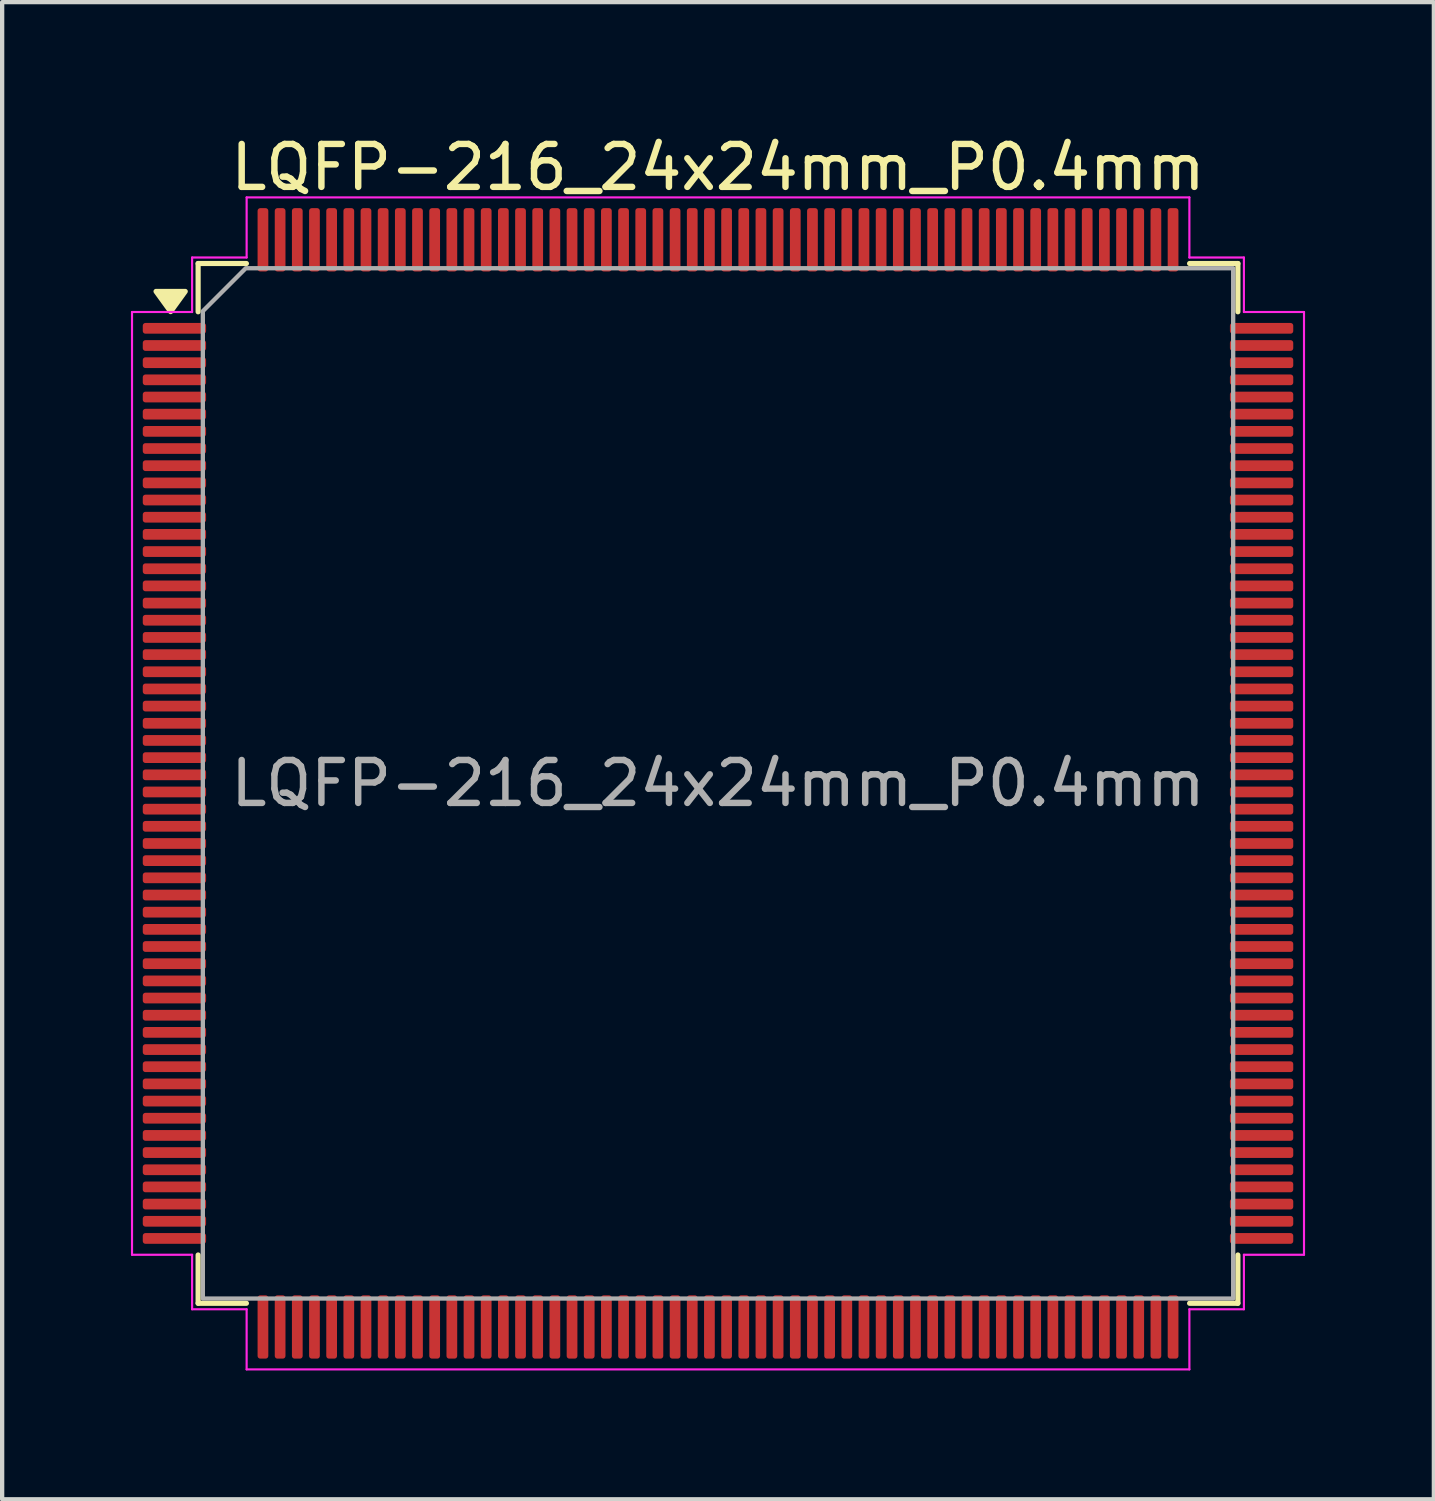
<source format=kicad_pcb>
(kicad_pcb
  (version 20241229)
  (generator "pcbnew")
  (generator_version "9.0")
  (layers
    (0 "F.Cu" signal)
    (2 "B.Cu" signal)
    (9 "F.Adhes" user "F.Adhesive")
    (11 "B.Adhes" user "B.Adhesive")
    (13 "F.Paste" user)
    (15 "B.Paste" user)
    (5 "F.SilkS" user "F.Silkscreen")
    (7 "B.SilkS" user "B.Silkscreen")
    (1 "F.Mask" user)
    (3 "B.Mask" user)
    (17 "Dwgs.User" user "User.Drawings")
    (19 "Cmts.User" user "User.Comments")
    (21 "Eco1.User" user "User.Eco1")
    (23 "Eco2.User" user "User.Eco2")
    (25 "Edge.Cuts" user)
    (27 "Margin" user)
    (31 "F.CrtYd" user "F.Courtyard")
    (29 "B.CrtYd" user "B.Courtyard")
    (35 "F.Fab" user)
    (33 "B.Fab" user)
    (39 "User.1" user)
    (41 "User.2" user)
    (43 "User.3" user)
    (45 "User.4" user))
  (footprint "LQFP-216_24x24mm_P0.4mm"
    (layer "F.Cu")
    (at 13.675 15.198)
    (property "Reference" "LQFP-216_24x24mm_P0.4mm" (at 0 -14.35 0) (layer "F.SilkS") (effects (font (size 1 1) (thickness 0.15))))
    (attr smd)
    (fp_line (start -12.11 -12.11) (end -10.985 -12.11) (stroke (width 0.12) (type solid)) (layer "F.SilkS"))
    (fp_line (start -12.11 -10.985) (end -12.11 -12.11) (stroke (width 0.12) (type solid)) (layer "F.SilkS"))
    (fp_line (start -12.11 12.11) (end -12.11 10.985) (stroke (width 0.12) (type solid)) (layer "F.SilkS"))
    (fp_line (start -10.985 12.11) (end -12.11 12.11) (stroke (width 0.12) (type solid)) (layer "F.SilkS"))
    (fp_line (start 10.985 -12.11) (end 12.11 -12.11) (stroke (width 0.12) (type solid)) (layer "F.SilkS"))
    (fp_line (start 12.11 -12.11) (end 12.11 -10.985) (stroke (width 0.12) (type solid)) (layer "F.SilkS"))
    (fp_line (start 12.11 10.985) (end 12.11 12.11) (stroke (width 0.12) (type solid)) (layer "F.SilkS"))
    (fp_line (start 12.11 12.11) (end 10.985 12.11) (stroke (width 0.12) (type solid)) (layer "F.SilkS"))
    (fp_poly (pts (xy -12.75 -10.99) (xy -13.09 -11.46) (xy -12.41 -11.46)) (stroke (width 0.12) (type solid)) (fill yes) (layer "F.SilkS"))
    (fp_line (start -13.65 -10.98) (end -12.25 -10.98) (stroke (width 0.05) (type solid)) (layer "F.CrtYd"))
    (fp_line (start -13.65 10.98) (end -13.65 -10.98) (stroke (width 0.05) (type solid)) (layer "F.CrtYd"))
    (fp_line (start -12.25 -12.25) (end -10.98 -12.25) (stroke (width 0.05) (type solid)) (layer "F.CrtYd"))
    (fp_line (start -12.25 -10.98) (end -12.25 -12.25) (stroke (width 0.05) (type solid)) (layer "F.CrtYd"))
    (fp_line (start -12.25 10.98) (end -13.65 10.98) (stroke (width 0.05) (type solid)) (layer "F.CrtYd"))
    (fp_line (start -12.25 12.25) (end -12.25 10.98) (stroke (width 0.05) (type solid)) (layer "F.CrtYd"))
    (fp_line (start -10.98 -13.65) (end 10.98 -13.65) (stroke (width 0.05) (type solid)) (layer "F.CrtYd"))
    (fp_line (start -10.98 -12.25) (end -10.98 -13.65) (stroke (width 0.05) (type solid)) (layer "F.CrtYd"))
    (fp_line (start -10.98 12.25) (end -12.25 12.25) (stroke (width 0.05) (type solid)) (layer "F.CrtYd"))
    (fp_line (start -10.98 13.65) (end -10.98 12.25) (stroke (width 0.05) (type solid)) (layer "F.CrtYd"))
    (fp_line (start 10.98 -13.65) (end 10.98 -12.25) (stroke (width 0.05) (type solid)) (layer "F.CrtYd"))
    (fp_line (start 10.98 -12.25) (end 12.25 -12.25) (stroke (width 0.05) (type solid)) (layer "F.CrtYd"))
    (fp_line (start 10.98 12.25) (end 10.98 13.65) (stroke (width 0.05) (type solid)) (layer "F.CrtYd"))
    (fp_line (start 10.98 13.65) (end -10.98 13.65) (stroke (width 0.05) (type solid)) (layer "F.CrtYd"))
    (fp_line (start 12.25 -12.25) (end 12.25 -10.98) (stroke (width 0.05) (type solid)) (layer "F.CrtYd"))
    (fp_line (start 12.25 -10.98) (end 13.65 -10.98) (stroke (width 0.05) (type solid)) (layer "F.CrtYd"))
    (fp_line (start 12.25 10.98) (end 12.25 12.25) (stroke (width 0.05) (type solid)) (layer "F.CrtYd"))
    (fp_line (start 12.25 12.25) (end 10.98 12.25) (stroke (width 0.05) (type solid)) (layer "F.CrtYd"))
    (fp_line (start 13.65 -10.98) (end 13.65 10.98) (stroke (width 0.05) (type solid)) (layer "F.CrtYd"))
    (fp_line (start 13.65 10.98) (end 12.25 10.98) (stroke (width 0.05) (type solid)) (layer "F.CrtYd"))
    (fp_poly (pts (xy -12 -11) (xy -12 12) (xy 12 12) (xy 12 -12) (xy -11 -12)) (stroke (width 0.1) (type solid)) (fill no) (layer "F.Fab"))
    (fp_text user "${REFERENCE}" (at 0 0 0) (layer "F.Fab") (effects (font (size 1 1) (thickness 0.15))))
    (pad "1" smd roundrect (at -12.662 -10.6) (size 1.475 0.25) (layers "F.Cu" "F.Mask" "F.Paste") (roundrect_rratio 0.25))
    (pad "2" smd roundrect (at -12.662 -10.2) (size 1.475 0.25) (layers "F.Cu" "F.Mask" "F.Paste") (roundrect_rratio 0.25))
    (pad "3" smd roundrect (at -12.662 -9.8) (size 1.475 0.25) (layers "F.Cu" "F.Mask" "F.Paste") (roundrect_rratio 0.25))
    (pad "4" smd roundrect (at -12.662 -9.4) (size 1.475 0.25) (layers "F.Cu" "F.Mask" "F.Paste") (roundrect_rratio 0.25))
    (pad "5" smd roundrect (at -12.662 -9) (size 1.475 0.25) (layers "F.Cu" "F.Mask" "F.Paste") (roundrect_rratio 0.25))
    (pad "6" smd roundrect (at -12.662 -8.6) (size 1.475 0.25) (layers "F.Cu" "F.Mask" "F.Paste") (roundrect_rratio 0.25))
    (pad "7" smd roundrect (at -12.662 -8.2) (size 1.475 0.25) (layers "F.Cu" "F.Mask" "F.Paste") (roundrect_rratio 0.25))
    (pad "8" smd roundrect (at -12.662 -7.8) (size 1.475 0.25) (layers "F.Cu" "F.Mask" "F.Paste") (roundrect_rratio 0.25))
    (pad "9" smd roundrect (at -12.662 -7.4) (size 1.475 0.25) (layers "F.Cu" "F.Mask" "F.Paste") (roundrect_rratio 0.25))
    (pad "10" smd roundrect (at -12.662 -7) (size 1.475 0.25) (layers "F.Cu" "F.Mask" "F.Paste") (roundrect_rratio 0.25))
    (pad "11" smd roundrect (at -12.662 -6.6) (size 1.475 0.25) (layers "F.Cu" "F.Mask" "F.Paste") (roundrect_rratio 0.25))
    (pad "12" smd roundrect (at -12.662 -6.2) (size 1.475 0.25) (layers "F.Cu" "F.Mask" "F.Paste") (roundrect_rratio 0.25))
    (pad "13" smd roundrect (at -12.662 -5.8) (size 1.475 0.25) (layers "F.Cu" "F.Mask" "F.Paste") (roundrect_rratio 0.25))
    (pad "14" smd roundrect (at -12.662 -5.4) (size 1.475 0.25) (layers "F.Cu" "F.Mask" "F.Paste") (roundrect_rratio 0.25))
    (pad "15" smd roundrect (at -12.662 -5) (size 1.475 0.25) (layers "F.Cu" "F.Mask" "F.Paste") (roundrect_rratio 0.25))
    (pad "16" smd roundrect (at -12.662 -4.6) (size 1.475 0.25) (layers "F.Cu" "F.Mask" "F.Paste") (roundrect_rratio 0.25))
    (pad "17" smd roundrect (at -12.662 -4.2) (size 1.475 0.25) (layers "F.Cu" "F.Mask" "F.Paste") (roundrect_rratio 0.25))
    (pad "18" smd roundrect (at -12.662 -3.8) (size 1.475 0.25) (layers "F.Cu" "F.Mask" "F.Paste") (roundrect_rratio 0.25))
    (pad "19" smd roundrect (at -12.662 -3.4) (size 1.475 0.25) (layers "F.Cu" "F.Mask" "F.Paste") (roundrect_rratio 0.25))
    (pad "20" smd roundrect (at -12.662 -3) (size 1.475 0.25) (layers "F.Cu" "F.Mask" "F.Paste") (roundrect_rratio 0.25))
    (pad "21" smd roundrect (at -12.662 -2.6) (size 1.475 0.25) (layers "F.Cu" "F.Mask" "F.Paste") (roundrect_rratio 0.25))
    (pad "22" smd roundrect (at -12.662 -2.2) (size 1.475 0.25) (layers "F.Cu" "F.Mask" "F.Paste") (roundrect_rratio 0.25))
    (pad "23" smd roundrect (at -12.662 -1.8) (size 1.475 0.25) (layers "F.Cu" "F.Mask" "F.Paste") (roundrect_rratio 0.25))
    (pad "24" smd roundrect (at -12.662 -1.4) (size 1.475 0.25) (layers "F.Cu" "F.Mask" "F.Paste") (roundrect_rratio 0.25))
    (pad "25" smd roundrect (at -12.662 -1) (size 1.475 0.25) (layers "F.Cu" "F.Mask" "F.Paste") (roundrect_rratio 0.25))
    (pad "26" smd roundrect (at -12.662 -0.6) (size 1.475 0.25) (layers "F.Cu" "F.Mask" "F.Paste") (roundrect_rratio 0.25))
    (pad "27" smd roundrect (at -12.662 -0.2) (size 1.475 0.25) (layers "F.Cu" "F.Mask" "F.Paste") (roundrect_rratio 0.25))
    (pad "28" smd roundrect (at -12.662 0.2) (size 1.475 0.25) (layers "F.Cu" "F.Mask" "F.Paste") (roundrect_rratio 0.25))
    (pad "29" smd roundrect (at -12.662 0.6) (size 1.475 0.25) (layers "F.Cu" "F.Mask" "F.Paste") (roundrect_rratio 0.25))
    (pad "30" smd roundrect (at -12.662 1) (size 1.475 0.25) (layers "F.Cu" "F.Mask" "F.Paste") (roundrect_rratio 0.25))
    (pad "31" smd roundrect (at -12.662 1.4) (size 1.475 0.25) (layers "F.Cu" "F.Mask" "F.Paste") (roundrect_rratio 0.25))
    (pad "32" smd roundrect (at -12.662 1.8) (size 1.475 0.25) (layers "F.Cu" "F.Mask" "F.Paste") (roundrect_rratio 0.25))
    (pad "33" smd roundrect (at -12.662 2.2) (size 1.475 0.25) (layers "F.Cu" "F.Mask" "F.Paste") (roundrect_rratio 0.25))
    (pad "34" smd roundrect (at -12.662 2.6) (size 1.475 0.25) (layers "F.Cu" "F.Mask" "F.Paste") (roundrect_rratio 0.25))
    (pad "35" smd roundrect (at -12.662 3) (size 1.475 0.25) (layers "F.Cu" "F.Mask" "F.Paste") (roundrect_rratio 0.25))
    (pad "36" smd roundrect (at -12.662 3.4) (size 1.475 0.25) (layers "F.Cu" "F.Mask" "F.Paste") (roundrect_rratio 0.25))
    (pad "37" smd roundrect (at -12.662 3.8) (size 1.475 0.25) (layers "F.Cu" "F.Mask" "F.Paste") (roundrect_rratio 0.25))
    (pad "38" smd roundrect (at -12.662 4.2) (size 1.475 0.25) (layers "F.Cu" "F.Mask" "F.Paste") (roundrect_rratio 0.25))
    (pad "39" smd roundrect (at -12.662 4.6) (size 1.475 0.25) (layers "F.Cu" "F.Mask" "F.Paste") (roundrect_rratio 0.25))
    (pad "40" smd roundrect (at -12.662 5) (size 1.475 0.25) (layers "F.Cu" "F.Mask" "F.Paste") (roundrect_rratio 0.25))
    (pad "41" smd roundrect (at -12.662 5.4) (size 1.475 0.25) (layers "F.Cu" "F.Mask" "F.Paste") (roundrect_rratio 0.25))
    (pad "42" smd roundrect (at -12.662 5.8) (size 1.475 0.25) (layers "F.Cu" "F.Mask" "F.Paste") (roundrect_rratio 0.25))
    (pad "43" smd roundrect (at -12.662 6.2) (size 1.475 0.25) (layers "F.Cu" "F.Mask" "F.Paste") (roundrect_rratio 0.25))
    (pad "44" smd roundrect (at -12.662 6.6) (size 1.475 0.25) (layers "F.Cu" "F.Mask" "F.Paste") (roundrect_rratio 0.25))
    (pad "45" smd roundrect (at -12.662 7) (size 1.475 0.25) (layers "F.Cu" "F.Mask" "F.Paste") (roundrect_rratio 0.25))
    (pad "46" smd roundrect (at -12.662 7.4) (size 1.475 0.25) (layers "F.Cu" "F.Mask" "F.Paste") (roundrect_rratio 0.25))
    (pad "47" smd roundrect (at -12.662 7.8) (size 1.475 0.25) (layers "F.Cu" "F.Mask" "F.Paste") (roundrect_rratio 0.25))
    (pad "48" smd roundrect (at -12.662 8.2) (size 1.475 0.25) (layers "F.Cu" "F.Mask" "F.Paste") (roundrect_rratio 0.25))
    (pad "49" smd roundrect (at -12.662 8.6) (size 1.475 0.25) (layers "F.Cu" "F.Mask" "F.Paste") (roundrect_rratio 0.25))
    (pad "50" smd roundrect (at -12.662 9) (size 1.475 0.25) (layers "F.Cu" "F.Mask" "F.Paste") (roundrect_rratio 0.25))
    (pad "51" smd roundrect (at -12.662 9.4) (size 1.475 0.25) (layers "F.Cu" "F.Mask" "F.Paste") (roundrect_rratio 0.25))
    (pad "52" smd roundrect (at -12.662 9.8) (size 1.475 0.25) (layers "F.Cu" "F.Mask" "F.Paste") (roundrect_rratio 0.25))
    (pad "53" smd roundrect (at -12.662 10.2) (size 1.475 0.25) (layers "F.Cu" "F.Mask" "F.Paste") (roundrect_rratio 0.25))
    (pad "54" smd roundrect (at -12.662 10.6) (size 1.475 0.25) (layers "F.Cu" "F.Mask" "F.Paste") (roundrect_rratio 0.25))
    (pad "55" smd roundrect (at -10.6 12.662) (size 0.25 1.475) (layers "F.Cu" "F.Mask" "F.Paste") (roundrect_rratio 0.25))
    (pad "56" smd roundrect (at -10.2 12.662) (size 0.25 1.475) (layers "F.Cu" "F.Mask" "F.Paste") (roundrect_rratio 0.25))
    (pad "57" smd roundrect (at -9.8 12.662) (size 0.25 1.475) (layers "F.Cu" "F.Mask" "F.Paste") (roundrect_rratio 0.25))
    (pad "58" smd roundrect (at -9.4 12.662) (size 0.25 1.475) (layers "F.Cu" "F.Mask" "F.Paste") (roundrect_rratio 0.25))
    (pad "59" smd roundrect (at -9 12.662) (size 0.25 1.475) (layers "F.Cu" "F.Mask" "F.Paste") (roundrect_rratio 0.25))
    (pad "60" smd roundrect (at -8.6 12.662) (size 0.25 1.475) (layers "F.Cu" "F.Mask" "F.Paste") (roundrect_rratio 0.25))
    (pad "61" smd roundrect (at -8.2 12.662) (size 0.25 1.475) (layers "F.Cu" "F.Mask" "F.Paste") (roundrect_rratio 0.25))
    (pad "62" smd roundrect (at -7.8 12.662) (size 0.25 1.475) (layers "F.Cu" "F.Mask" "F.Paste") (roundrect_rratio 0.25))
    (pad "63" smd roundrect (at -7.4 12.662) (size 0.25 1.475) (layers "F.Cu" "F.Mask" "F.Paste") (roundrect_rratio 0.25))
    (pad "64" smd roundrect (at -7 12.662) (size 0.25 1.475) (layers "F.Cu" "F.Mask" "F.Paste") (roundrect_rratio 0.25))
    (pad "65" smd roundrect (at -6.6 12.662) (size 0.25 1.475) (layers "F.Cu" "F.Mask" "F.Paste") (roundrect_rratio 0.25))
    (pad "66" smd roundrect (at -6.2 12.662) (size 0.25 1.475) (layers "F.Cu" "F.Mask" "F.Paste") (roundrect_rratio 0.25))
    (pad "67" smd roundrect (at -5.8 12.662) (size 0.25 1.475) (layers "F.Cu" "F.Mask" "F.Paste") (roundrect_rratio 0.25))
    (pad "68" smd roundrect (at -5.4 12.662) (size 0.25 1.475) (layers "F.Cu" "F.Mask" "F.Paste") (roundrect_rratio 0.25))
    (pad "69" smd roundrect (at -5 12.662) (size 0.25 1.475) (layers "F.Cu" "F.Mask" "F.Paste") (roundrect_rratio 0.25))
    (pad "70" smd roundrect (at -4.6 12.662) (size 0.25 1.475) (layers "F.Cu" "F.Mask" "F.Paste") (roundrect_rratio 0.25))
    (pad "71" smd roundrect (at -4.2 12.662) (size 0.25 1.475) (layers "F.Cu" "F.Mask" "F.Paste") (roundrect_rratio 0.25))
    (pad "72" smd roundrect (at -3.8 12.662) (size 0.25 1.475) (layers "F.Cu" "F.Mask" "F.Paste") (roundrect_rratio 0.25))
    (pad "73" smd roundrect (at -3.4 12.662) (size 0.25 1.475) (layers "F.Cu" "F.Mask" "F.Paste") (roundrect_rratio 0.25))
    (pad "74" smd roundrect (at -3 12.662) (size 0.25 1.475) (layers "F.Cu" "F.Mask" "F.Paste") (roundrect_rratio 0.25))
    (pad "75" smd roundrect (at -2.6 12.662) (size 0.25 1.475) (layers "F.Cu" "F.Mask" "F.Paste") (roundrect_rratio 0.25))
    (pad "76" smd roundrect (at -2.2 12.662) (size 0.25 1.475) (layers "F.Cu" "F.Mask" "F.Paste") (roundrect_rratio 0.25))
    (pad "77" smd roundrect (at -1.8 12.662) (size 0.25 1.475) (layers "F.Cu" "F.Mask" "F.Paste") (roundrect_rratio 0.25))
    (pad "78" smd roundrect (at -1.4 12.662) (size 0.25 1.475) (layers "F.Cu" "F.Mask" "F.Paste") (roundrect_rratio 0.25))
    (pad "79" smd roundrect (at -1 12.662) (size 0.25 1.475) (layers "F.Cu" "F.Mask" "F.Paste") (roundrect_rratio 0.25))
    (pad "80" smd roundrect (at -0.6 12.662) (size 0.25 1.475) (layers "F.Cu" "F.Mask" "F.Paste") (roundrect_rratio 0.25))
    (pad "81" smd roundrect (at -0.2 12.662) (size 0.25 1.475) (layers "F.Cu" "F.Mask" "F.Paste") (roundrect_rratio 0.25))
    (pad "82" smd roundrect (at 0.2 12.662) (size 0.25 1.475) (layers "F.Cu" "F.Mask" "F.Paste") (roundrect_rratio 0.25))
    (pad "83" smd roundrect (at 0.6 12.662) (size 0.25 1.475) (layers "F.Cu" "F.Mask" "F.Paste") (roundrect_rratio 0.25))
    (pad "84" smd roundrect (at 1 12.662) (size 0.25 1.475) (layers "F.Cu" "F.Mask" "F.Paste") (roundrect_rratio 0.25))
    (pad "85" smd roundrect (at 1.4 12.662) (size 0.25 1.475) (layers "F.Cu" "F.Mask" "F.Paste") (roundrect_rratio 0.25))
    (pad "86" smd roundrect (at 1.8 12.662) (size 0.25 1.475) (layers "F.Cu" "F.Mask" "F.Paste") (roundrect_rratio 0.25))
    (pad "87" smd roundrect (at 2.2 12.662) (size 0.25 1.475) (layers "F.Cu" "F.Mask" "F.Paste") (roundrect_rratio 0.25))
    (pad "88" smd roundrect (at 2.6 12.662) (size 0.25 1.475) (layers "F.Cu" "F.Mask" "F.Paste") (roundrect_rratio 0.25))
    (pad "89" smd roundrect (at 3 12.662) (size 0.25 1.475) (layers "F.Cu" "F.Mask" "F.Paste") (roundrect_rratio 0.25))
    (pad "90" smd roundrect (at 3.4 12.662) (size 0.25 1.475) (layers "F.Cu" "F.Mask" "F.Paste") (roundrect_rratio 0.25))
    (pad "91" smd roundrect (at 3.8 12.662) (size 0.25 1.475) (layers "F.Cu" "F.Mask" "F.Paste") (roundrect_rratio 0.25))
    (pad "92" smd roundrect (at 4.2 12.662) (size 0.25 1.475) (layers "F.Cu" "F.Mask" "F.Paste") (roundrect_rratio 0.25))
    (pad "93" smd roundrect (at 4.6 12.662) (size 0.25 1.475) (layers "F.Cu" "F.Mask" "F.Paste") (roundrect_rratio 0.25))
    (pad "94" smd roundrect (at 5 12.662) (size 0.25 1.475) (layers "F.Cu" "F.Mask" "F.Paste") (roundrect_rratio 0.25))
    (pad "95" smd roundrect (at 5.4 12.662) (size 0.25 1.475) (layers "F.Cu" "F.Mask" "F.Paste") (roundrect_rratio 0.25))
    (pad "96" smd roundrect (at 5.8 12.662) (size 0.25 1.475) (layers "F.Cu" "F.Mask" "F.Paste") (roundrect_rratio 0.25))
    (pad "97" smd roundrect (at 6.2 12.662) (size 0.25 1.475) (layers "F.Cu" "F.Mask" "F.Paste") (roundrect_rratio 0.25))
    (pad "98" smd roundrect (at 6.6 12.662) (size 0.25 1.475) (layers "F.Cu" "F.Mask" "F.Paste") (roundrect_rratio 0.25))
    (pad "99" smd roundrect (at 7 12.662) (size 0.25 1.475) (layers "F.Cu" "F.Mask" "F.Paste") (roundrect_rratio 0.25))
    (pad "100" smd roundrect (at 7.4 12.662) (size 0.25 1.475) (layers "F.Cu" "F.Mask" "F.Paste") (roundrect_rratio 0.25))
    (pad "101" smd roundrect (at 7.8 12.662) (size 0.25 1.475) (layers "F.Cu" "F.Mask" "F.Paste") (roundrect_rratio 0.25))
    (pad "102" smd roundrect (at 8.2 12.662) (size 0.25 1.475) (layers "F.Cu" "F.Mask" "F.Paste") (roundrect_rratio 0.25))
    (pad "103" smd roundrect (at 8.6 12.662) (size 0.25 1.475) (layers "F.Cu" "F.Mask" "F.Paste") (roundrect_rratio 0.25))
    (pad "104" smd roundrect (at 9 12.662) (size 0.25 1.475) (layers "F.Cu" "F.Mask" "F.Paste") (roundrect_rratio 0.25))
    (pad "105" smd roundrect (at 9.4 12.662) (size 0.25 1.475) (layers "F.Cu" "F.Mask" "F.Paste") (roundrect_rratio 0.25))
    (pad "106" smd roundrect (at 9.8 12.662) (size 0.25 1.475) (layers "F.Cu" "F.Mask" "F.Paste") (roundrect_rratio 0.25))
    (pad "107" smd roundrect (at 10.2 12.662) (size 0.25 1.475) (layers "F.Cu" "F.Mask" "F.Paste") (roundrect_rratio 0.25))
    (pad "108" smd roundrect (at 10.6 12.662) (size 0.25 1.475) (layers "F.Cu" "F.Mask" "F.Paste") (roundrect_rratio 0.25))
    (pad "109" smd roundrect (at 12.662 10.6) (size 1.475 0.25) (layers "F.Cu" "F.Mask" "F.Paste") (roundrect_rratio 0.25))
    (pad "110" smd roundrect (at 12.662 10.2) (size 1.475 0.25) (layers "F.Cu" "F.Mask" "F.Paste") (roundrect_rratio 0.25))
    (pad "111" smd roundrect (at 12.662 9.8) (size 1.475 0.25) (layers "F.Cu" "F.Mask" "F.Paste") (roundrect_rratio 0.25))
    (pad "112" smd roundrect (at 12.662 9.4) (size 1.475 0.25) (layers "F.Cu" "F.Mask" "F.Paste") (roundrect_rratio 0.25))
    (pad "113" smd roundrect (at 12.662 9) (size 1.475 0.25) (layers "F.Cu" "F.Mask" "F.Paste") (roundrect_rratio 0.25))
    (pad "114" smd roundrect (at 12.662 8.6) (size 1.475 0.25) (layers "F.Cu" "F.Mask" "F.Paste") (roundrect_rratio 0.25))
    (pad "115" smd roundrect (at 12.662 8.2) (size 1.475 0.25) (layers "F.Cu" "F.Mask" "F.Paste") (roundrect_rratio 0.25))
    (pad "116" smd roundrect (at 12.662 7.8) (size 1.475 0.25) (layers "F.Cu" "F.Mask" "F.Paste") (roundrect_rratio 0.25))
    (pad "117" smd roundrect (at 12.662 7.4) (size 1.475 0.25) (layers "F.Cu" "F.Mask" "F.Paste") (roundrect_rratio 0.25))
    (pad "118" smd roundrect (at 12.662 7) (size 1.475 0.25) (layers "F.Cu" "F.Mask" "F.Paste") (roundrect_rratio 0.25))
    (pad "119" smd roundrect (at 12.662 6.6) (size 1.475 0.25) (layers "F.Cu" "F.Mask" "F.Paste") (roundrect_rratio 0.25))
    (pad "120" smd roundrect (at 12.662 6.2) (size 1.475 0.25) (layers "F.Cu" "F.Mask" "F.Paste") (roundrect_rratio 0.25))
    (pad "121" smd roundrect (at 12.662 5.8) (size 1.475 0.25) (layers "F.Cu" "F.Mask" "F.Paste") (roundrect_rratio 0.25))
    (pad "122" smd roundrect (at 12.662 5.4) (size 1.475 0.25) (layers "F.Cu" "F.Mask" "F.Paste") (roundrect_rratio 0.25))
    (pad "123" smd roundrect (at 12.662 5) (size 1.475 0.25) (layers "F.Cu" "F.Mask" "F.Paste") (roundrect_rratio 0.25))
    (pad "124" smd roundrect (at 12.662 4.6) (size 1.475 0.25) (layers "F.Cu" "F.Mask" "F.Paste") (roundrect_rratio 0.25))
    (pad "125" smd roundrect (at 12.662 4.2) (size 1.475 0.25) (layers "F.Cu" "F.Mask" "F.Paste") (roundrect_rratio 0.25))
    (pad "126" smd roundrect (at 12.662 3.8) (size 1.475 0.25) (layers "F.Cu" "F.Mask" "F.Paste") (roundrect_rratio 0.25))
    (pad "127" smd roundrect (at 12.662 3.4) (size 1.475 0.25) (layers "F.Cu" "F.Mask" "F.Paste") (roundrect_rratio 0.25))
    (pad "128" smd roundrect (at 12.662 3) (size 1.475 0.25) (layers "F.Cu" "F.Mask" "F.Paste") (roundrect_rratio 0.25))
    (pad "129" smd roundrect (at 12.662 2.6) (size 1.475 0.25) (layers "F.Cu" "F.Mask" "F.Paste") (roundrect_rratio 0.25))
    (pad "130" smd roundrect (at 12.662 2.2) (size 1.475 0.25) (layers "F.Cu" "F.Mask" "F.Paste") (roundrect_rratio 0.25))
    (pad "131" smd roundrect (at 12.662 1.8) (size 1.475 0.25) (layers "F.Cu" "F.Mask" "F.Paste") (roundrect_rratio 0.25))
    (pad "132" smd roundrect (at 12.662 1.4) (size 1.475 0.25) (layers "F.Cu" "F.Mask" "F.Paste") (roundrect_rratio 0.25))
    (pad "133" smd roundrect (at 12.662 1) (size 1.475 0.25) (layers "F.Cu" "F.Mask" "F.Paste") (roundrect_rratio 0.25))
    (pad "134" smd roundrect (at 12.662 0.6) (size 1.475 0.25) (layers "F.Cu" "F.Mask" "F.Paste") (roundrect_rratio 0.25))
    (pad "135" smd roundrect (at 12.662 0.2) (size 1.475 0.25) (layers "F.Cu" "F.Mask" "F.Paste") (roundrect_rratio 0.25))
    (pad "136" smd roundrect (at 12.662 -0.2) (size 1.475 0.25) (layers "F.Cu" "F.Mask" "F.Paste") (roundrect_rratio 0.25))
    (pad "137" smd roundrect (at 12.662 -0.6) (size 1.475 0.25) (layers "F.Cu" "F.Mask" "F.Paste") (roundrect_rratio 0.25))
    (pad "138" smd roundrect (at 12.662 -1) (size 1.475 0.25) (layers "F.Cu" "F.Mask" "F.Paste") (roundrect_rratio 0.25))
    (pad "139" smd roundrect (at 12.662 -1.4) (size 1.475 0.25) (layers "F.Cu" "F.Mask" "F.Paste") (roundrect_rratio 0.25))
    (pad "140" smd roundrect (at 12.662 -1.8) (size 1.475 0.25) (layers "F.Cu" "F.Mask" "F.Paste") (roundrect_rratio 0.25))
    (pad "141" smd roundrect (at 12.662 -2.2) (size 1.475 0.25) (layers "F.Cu" "F.Mask" "F.Paste") (roundrect_rratio 0.25))
    (pad "142" smd roundrect (at 12.662 -2.6) (size 1.475 0.25) (layers "F.Cu" "F.Mask" "F.Paste") (roundrect_rratio 0.25))
    (pad "143" smd roundrect (at 12.662 -3) (size 1.475 0.25) (layers "F.Cu" "F.Mask" "F.Paste") (roundrect_rratio 0.25))
    (pad "144" smd roundrect (at 12.662 -3.4) (size 1.475 0.25) (layers "F.Cu" "F.Mask" "F.Paste") (roundrect_rratio 0.25))
    (pad "145" smd roundrect (at 12.662 -3.8) (size 1.475 0.25) (layers "F.Cu" "F.Mask" "F.Paste") (roundrect_rratio 0.25))
    (pad "146" smd roundrect (at 12.662 -4.2) (size 1.475 0.25) (layers "F.Cu" "F.Mask" "F.Paste") (roundrect_rratio 0.25))
    (pad "147" smd roundrect (at 12.662 -4.6) (size 1.475 0.25) (layers "F.Cu" "F.Mask" "F.Paste") (roundrect_rratio 0.25))
    (pad "148" smd roundrect (at 12.662 -5) (size 1.475 0.25) (layers "F.Cu" "F.Mask" "F.Paste") (roundrect_rratio 0.25))
    (pad "149" smd roundrect (at 12.662 -5.4) (size 1.475 0.25) (layers "F.Cu" "F.Mask" "F.Paste") (roundrect_rratio 0.25))
    (pad "150" smd roundrect (at 12.662 -5.8) (size 1.475 0.25) (layers "F.Cu" "F.Mask" "F.Paste") (roundrect_rratio 0.25))
    (pad "151" smd roundrect (at 12.662 -6.2) (size 1.475 0.25) (layers "F.Cu" "F.Mask" "F.Paste") (roundrect_rratio 0.25))
    (pad "152" smd roundrect (at 12.662 -6.6) (size 1.475 0.25) (layers "F.Cu" "F.Mask" "F.Paste") (roundrect_rratio 0.25))
    (pad "153" smd roundrect (at 12.662 -7) (size 1.475 0.25) (layers "F.Cu" "F.Mask" "F.Paste") (roundrect_rratio 0.25))
    (pad "154" smd roundrect (at 12.662 -7.4) (size 1.475 0.25) (layers "F.Cu" "F.Mask" "F.Paste") (roundrect_rratio 0.25))
    (pad "155" smd roundrect (at 12.662 -7.8) (size 1.475 0.25) (layers "F.Cu" "F.Mask" "F.Paste") (roundrect_rratio 0.25))
    (pad "156" smd roundrect (at 12.662 -8.2) (size 1.475 0.25) (layers "F.Cu" "F.Mask" "F.Paste") (roundrect_rratio 0.25))
    (pad "157" smd roundrect (at 12.662 -8.6) (size 1.475 0.25) (layers "F.Cu" "F.Mask" "F.Paste") (roundrect_rratio 0.25))
    (pad "158" smd roundrect (at 12.662 -9) (size 1.475 0.25) (layers "F.Cu" "F.Mask" "F.Paste") (roundrect_rratio 0.25))
    (pad "159" smd roundrect (at 12.662 -9.4) (size 1.475 0.25) (layers "F.Cu" "F.Mask" "F.Paste") (roundrect_rratio 0.25))
    (pad "160" smd roundrect (at 12.662 -9.8) (size 1.475 0.25) (layers "F.Cu" "F.Mask" "F.Paste") (roundrect_rratio 0.25))
    (pad "161" smd roundrect (at 12.662 -10.2) (size 1.475 0.25) (layers "F.Cu" "F.Mask" "F.Paste") (roundrect_rratio 0.25))
    (pad "162" smd roundrect (at 12.662 -10.6) (size 1.475 0.25) (layers "F.Cu" "F.Mask" "F.Paste") (roundrect_rratio 0.25))
    (pad "163" smd roundrect (at 10.6 -12.662) (size 0.25 1.475) (layers "F.Cu" "F.Mask" "F.Paste") (roundrect_rratio 0.25))
    (pad "164" smd roundrect (at 10.2 -12.662) (size 0.25 1.475) (layers "F.Cu" "F.Mask" "F.Paste") (roundrect_rratio 0.25))
    (pad "165" smd roundrect (at 9.8 -12.662) (size 0.25 1.475) (layers "F.Cu" "F.Mask" "F.Paste") (roundrect_rratio 0.25))
    (pad "166" smd roundrect (at 9.4 -12.662) (size 0.25 1.475) (layers "F.Cu" "F.Mask" "F.Paste") (roundrect_rratio 0.25))
    (pad "167" smd roundrect (at 9 -12.662) (size 0.25 1.475) (layers "F.Cu" "F.Mask" "F.Paste") (roundrect_rratio 0.25))
    (pad "168" smd roundrect (at 8.6 -12.662) (size 0.25 1.475) (layers "F.Cu" "F.Mask" "F.Paste") (roundrect_rratio 0.25))
    (pad "169" smd roundrect (at 8.2 -12.662) (size 0.25 1.475) (layers "F.Cu" "F.Mask" "F.Paste") (roundrect_rratio 0.25))
    (pad "170" smd roundrect (at 7.8 -12.662) (size 0.25 1.475) (layers "F.Cu" "F.Mask" "F.Paste") (roundrect_rratio 0.25))
    (pad "171" smd roundrect (at 7.4 -12.662) (size 0.25 1.475) (layers "F.Cu" "F.Mask" "F.Paste") (roundrect_rratio 0.25))
    (pad "172" smd roundrect (at 7 -12.662) (size 0.25 1.475) (layers "F.Cu" "F.Mask" "F.Paste") (roundrect_rratio 0.25))
    (pad "173" smd roundrect (at 6.6 -12.662) (size 0.25 1.475) (layers "F.Cu" "F.Mask" "F.Paste") (roundrect_rratio 0.25))
    (pad "174" smd roundrect (at 6.2 -12.662) (size 0.25 1.475) (layers "F.Cu" "F.Mask" "F.Paste") (roundrect_rratio 0.25))
    (pad "175" smd roundrect (at 5.8 -12.662) (size 0.25 1.475) (layers "F.Cu" "F.Mask" "F.Paste") (roundrect_rratio 0.25))
    (pad "176" smd roundrect (at 5.4 -12.662) (size 0.25 1.475) (layers "F.Cu" "F.Mask" "F.Paste") (roundrect_rratio 0.25))
    (pad "177" smd roundrect (at 5 -12.662) (size 0.25 1.475) (layers "F.Cu" "F.Mask" "F.Paste") (roundrect_rratio 0.25))
    (pad "178" smd roundrect (at 4.6 -12.662) (size 0.25 1.475) (layers "F.Cu" "F.Mask" "F.Paste") (roundrect_rratio 0.25))
    (pad "179" smd roundrect (at 4.2 -12.662) (size 0.25 1.475) (layers "F.Cu" "F.Mask" "F.Paste") (roundrect_rratio 0.25))
    (pad "180" smd roundrect (at 3.8 -12.662) (size 0.25 1.475) (layers "F.Cu" "F.Mask" "F.Paste") (roundrect_rratio 0.25))
    (pad "181" smd roundrect (at 3.4 -12.662) (size 0.25 1.475) (layers "F.Cu" "F.Mask" "F.Paste") (roundrect_rratio 0.25))
    (pad "182" smd roundrect (at 3 -12.662) (size 0.25 1.475) (layers "F.Cu" "F.Mask" "F.Paste") (roundrect_rratio 0.25))
    (pad "183" smd roundrect (at 2.6 -12.662) (size 0.25 1.475) (layers "F.Cu" "F.Mask" "F.Paste") (roundrect_rratio 0.25))
    (pad "184" smd roundrect (at 2.2 -12.662) (size 0.25 1.475) (layers "F.Cu" "F.Mask" "F.Paste") (roundrect_rratio 0.25))
    (pad "185" smd roundrect (at 1.8 -12.662) (size 0.25 1.475) (layers "F.Cu" "F.Mask" "F.Paste") (roundrect_rratio 0.25))
    (pad "186" smd roundrect (at 1.4 -12.662) (size 0.25 1.475) (layers "F.Cu" "F.Mask" "F.Paste") (roundrect_rratio 0.25))
    (pad "187" smd roundrect (at 1 -12.662) (size 0.25 1.475) (layers "F.Cu" "F.Mask" "F.Paste") (roundrect_rratio 0.25))
    (pad "188" smd roundrect (at 0.6 -12.662) (size 0.25 1.475) (layers "F.Cu" "F.Mask" "F.Paste") (roundrect_rratio 0.25))
    (pad "189" smd roundrect (at 0.2 -12.662) (size 0.25 1.475) (layers "F.Cu" "F.Mask" "F.Paste") (roundrect_rratio 0.25))
    (pad "190" smd roundrect (at -0.2 -12.662) (size 0.25 1.475) (layers "F.Cu" "F.Mask" "F.Paste") (roundrect_rratio 0.25))
    (pad "191" smd roundrect (at -0.6 -12.662) (size 0.25 1.475) (layers "F.Cu" "F.Mask" "F.Paste") (roundrect_rratio 0.25))
    (pad "192" smd roundrect (at -1 -12.662) (size 0.25 1.475) (layers "F.Cu" "F.Mask" "F.Paste") (roundrect_rratio 0.25))
    (pad "193" smd roundrect (at -1.4 -12.662) (size 0.25 1.475) (layers "F.Cu" "F.Mask" "F.Paste") (roundrect_rratio 0.25))
    (pad "194" smd roundrect (at -1.8 -12.662) (size 0.25 1.475) (layers "F.Cu" "F.Mask" "F.Paste") (roundrect_rratio 0.25))
    (pad "195" smd roundrect (at -2.2 -12.662) (size 0.25 1.475) (layers "F.Cu" "F.Mask" "F.Paste") (roundrect_rratio 0.25))
    (pad "196" smd roundrect (at -2.6 -12.662) (size 0.25 1.475) (layers "F.Cu" "F.Mask" "F.Paste") (roundrect_rratio 0.25))
    (pad "197" smd roundrect (at -3 -12.662) (size 0.25 1.475) (layers "F.Cu" "F.Mask" "F.Paste") (roundrect_rratio 0.25))
    (pad "198" smd roundrect (at -3.4 -12.662) (size 0.25 1.475) (layers "F.Cu" "F.Mask" "F.Paste") (roundrect_rratio 0.25))
    (pad "199" smd roundrect (at -3.8 -12.662) (size 0.25 1.475) (layers "F.Cu" "F.Mask" "F.Paste") (roundrect_rratio 0.25))
    (pad "200" smd roundrect (at -4.2 -12.662) (size 0.25 1.475) (layers "F.Cu" "F.Mask" "F.Paste") (roundrect_rratio 0.25))
    (pad "201" smd roundrect (at -4.6 -12.662) (size 0.25 1.475) (layers "F.Cu" "F.Mask" "F.Paste") (roundrect_rratio 0.25))
    (pad "202" smd roundrect (at -5 -12.662) (size 0.25 1.475) (layers "F.Cu" "F.Mask" "F.Paste") (roundrect_rratio 0.25))
    (pad "203" smd roundrect (at -5.4 -12.662) (size 0.25 1.475) (layers "F.Cu" "F.Mask" "F.Paste") (roundrect_rratio 0.25))
    (pad "204" smd roundrect (at -5.8 -12.662) (size 0.25 1.475) (layers "F.Cu" "F.Mask" "F.Paste") (roundrect_rratio 0.25))
    (pad "205" smd roundrect (at -6.2 -12.662) (size 0.25 1.475) (layers "F.Cu" "F.Mask" "F.Paste") (roundrect_rratio 0.25))
    (pad "206" smd roundrect (at -6.6 -12.662) (size 0.25 1.475) (layers "F.Cu" "F.Mask" "F.Paste") (roundrect_rratio 0.25))
    (pad "207" smd roundrect (at -7 -12.662) (size 0.25 1.475) (layers "F.Cu" "F.Mask" "F.Paste") (roundrect_rratio 0.25))
    (pad "208" smd roundrect (at -7.4 -12.662) (size 0.25 1.475) (layers "F.Cu" "F.Mask" "F.Paste") (roundrect_rratio 0.25))
    (pad "209" smd roundrect (at -7.8 -12.662) (size 0.25 1.475) (layers "F.Cu" "F.Mask" "F.Paste") (roundrect_rratio 0.25))
    (pad "210" smd roundrect (at -8.2 -12.662) (size 0.25 1.475) (layers "F.Cu" "F.Mask" "F.Paste") (roundrect_rratio 0.25))
    (pad "211" smd roundrect (at -8.6 -12.662) (size 0.25 1.475) (layers "F.Cu" "F.Mask" "F.Paste") (roundrect_rratio 0.25))
    (pad "212" smd roundrect (at -9 -12.662) (size 0.25 1.475) (layers "F.Cu" "F.Mask" "F.Paste") (roundrect_rratio 0.25))
    (pad "213" smd roundrect (at -9.4 -12.662) (size 0.25 1.475) (layers "F.Cu" "F.Mask" "F.Paste") (roundrect_rratio 0.25))
    (pad "214" smd roundrect (at -9.8 -12.662) (size 0.25 1.475) (layers "F.Cu" "F.Mask" "F.Paste") (roundrect_rratio 0.25))
    (pad "215" smd roundrect (at -10.2 -12.662) (size 0.25 1.475) (layers "F.Cu" "F.Mask" "F.Paste") (roundrect_rratio 0.25))
    (pad "216" smd roundrect (at -10.6 -12.662) (size 0.25 1.475) (layers "F.Cu" "F.Mask" "F.Paste") (roundrect_rratio 0.25)))
  (gr_rect
    (start -3 -3)
    (end 30.35 31.873)
    (stroke (width 0.1) (type default))
    (fill no)
    (layer "Edge.Cuts")))
</source>
